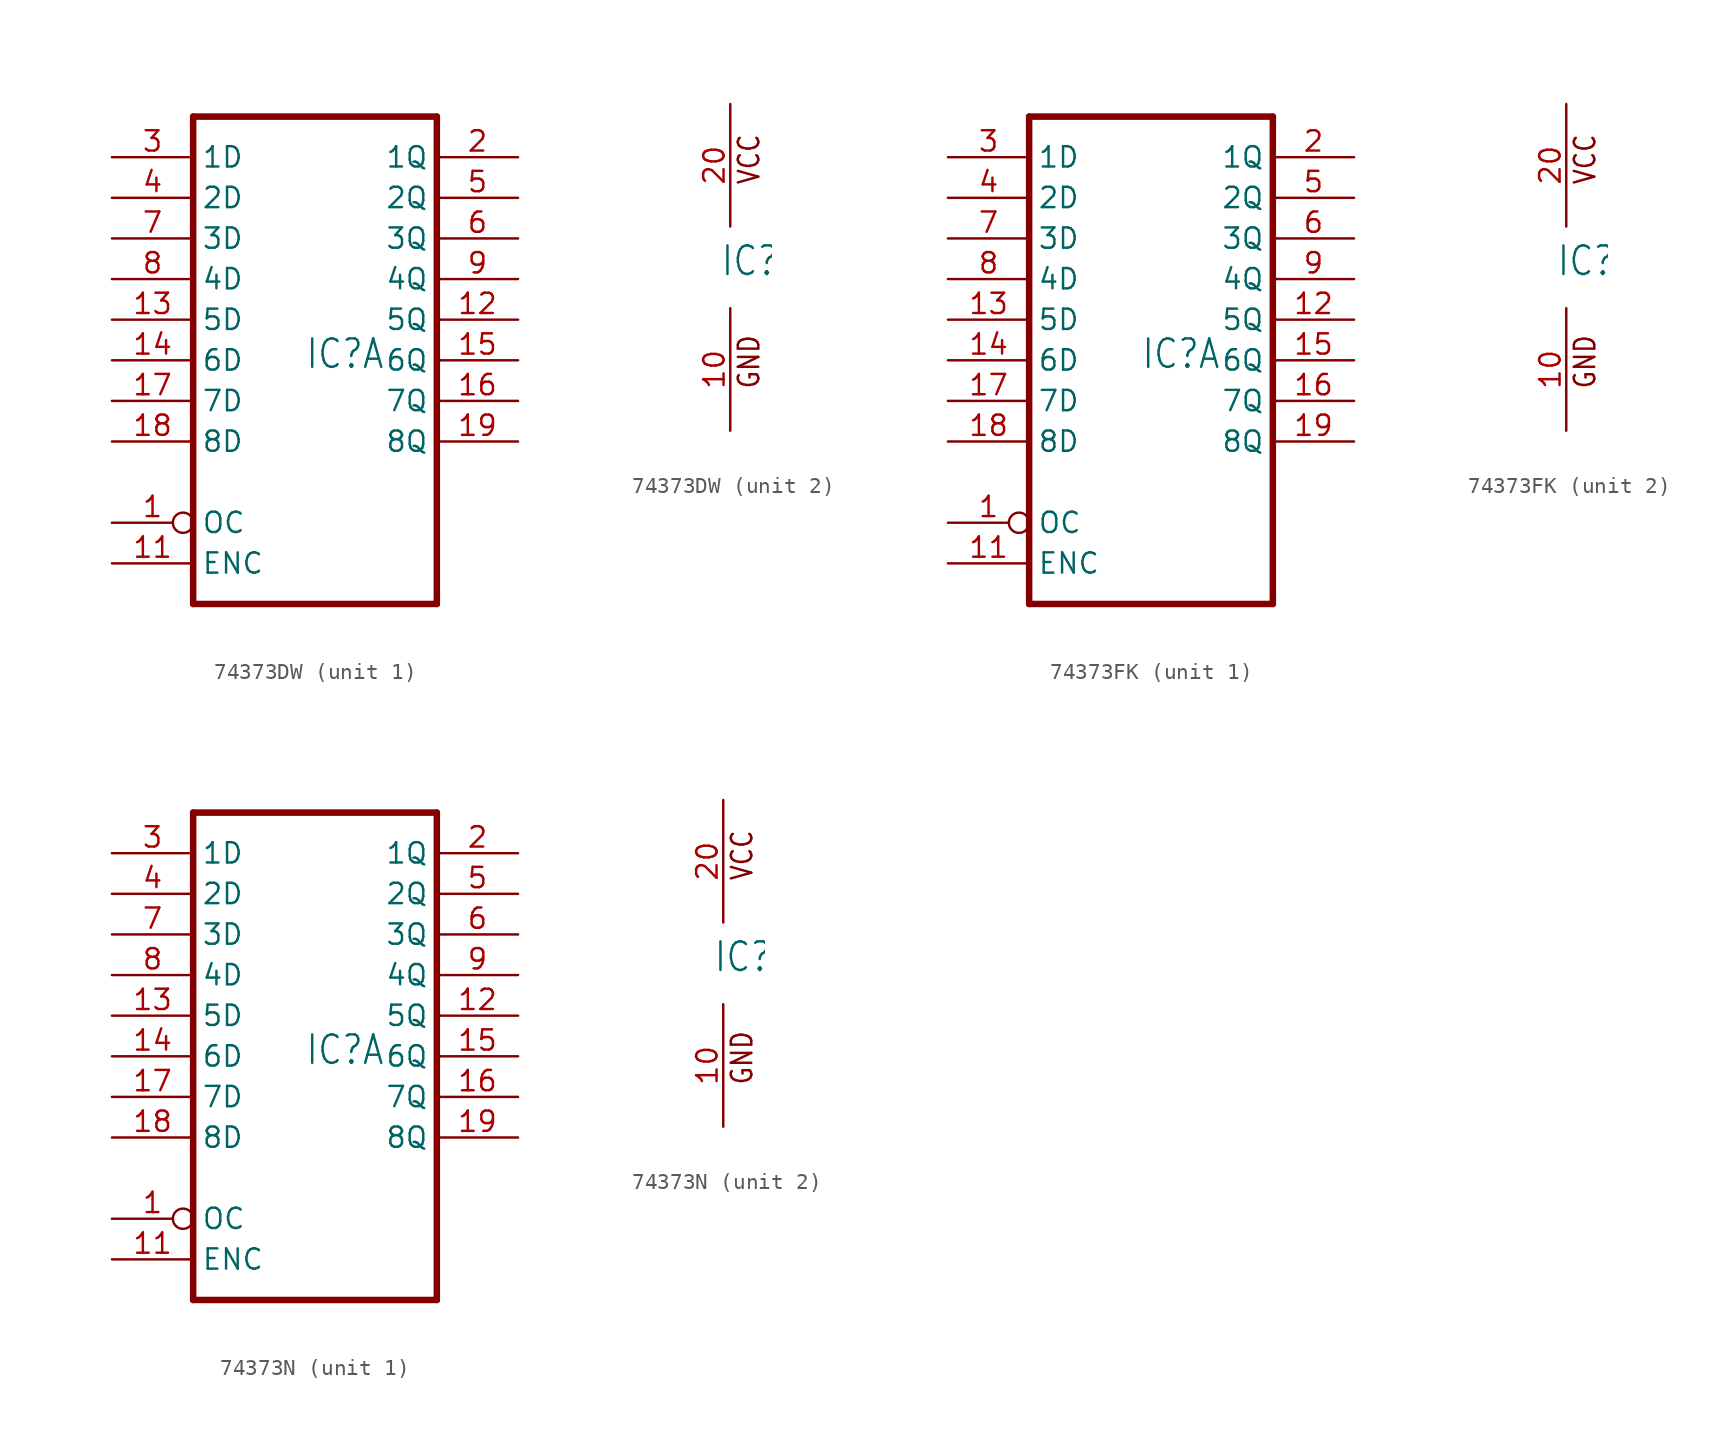
<source format=kicad_sym>
(kicad_symbol_lib
  (version 20211014)
  (generator kicad_symbol_editor)
  (symbol "74373DW"
    (property "Reference" "IC"
      (at -0.635 -0.635 0)
      (effects (font (size 1.778 1.511)) (justify left bottom)))
    (property "ki_locked" ""
      (at 0 0 0)
      (effects (font (size 1.27 1.27))))
    (symbol "74373DW_1_0"
      (polyline (pts (xy -7.62 -15.24) (xy 7.62 -15.24)) (stroke (width 0.406) (type default) (color 0 0 0 0)) (fill (type none)))
      (polyline (pts (xy -7.62 15.24) (xy -7.62 -15.24)) (stroke (width 0.406) (type default) (color 0 0 0 0)) (fill (type none)))
      (polyline (pts (xy 7.62 -15.24) (xy 7.62 15.24)) (stroke (width 0.406) (type default) (color 0 0 0 0)) (fill (type none)))
      (polyline (pts (xy 7.62 15.24) (xy -7.62 15.24)) (stroke (width 0.406) (type default) (color 0 0 0 0)) (fill (type none)))
      (pin input inverted (at -12.7 -10.16 0) (length 5.08) (name "OC" (effects (font (size 1.27 1.27)))) (number "1" (effects (font (size 1.27 1.27)))))
      (pin input line (at -12.7 -12.7 0) (length 5.08) (name "ENC" (effects (font (size 1.27 1.27)))) (number "11" (effects (font (size 1.27 1.27)))))
      (pin tri_state line (at 12.7 2.54 180) (length 5.08) (name "5Q" (effects (font (size 1.27 1.27)))) (number "12" (effects (font (size 1.27 1.27)))))
      (pin input line (at -12.7 2.54 0) (length 5.08) (name "5D" (effects (font (size 1.27 1.27)))) (number "13" (effects (font (size 1.27 1.27)))))
      (pin input line (at -12.7 0 0) (length 5.08) (name "6D" (effects (font (size 1.27 1.27)))) (number "14" (effects (font (size 1.27 1.27)))))
      (pin tri_state line (at 12.7 0 180) (length 5.08) (name "6Q" (effects (font (size 1.27 1.27)))) (number "15" (effects (font (size 1.27 1.27)))))
      (pin tri_state line (at 12.7 -2.54 180) (length 5.08) (name "7Q" (effects (font (size 1.27 1.27)))) (number "16" (effects (font (size 1.27 1.27)))))
      (pin input line (at -12.7 -2.54 0) (length 5.08) (name "7D" (effects (font (size 1.27 1.27)))) (number "17" (effects (font (size 1.27 1.27)))))
      (pin input line (at -12.7 -5.08 0) (length 5.08) (name "8D" (effects (font (size 1.27 1.27)))) (number "18" (effects (font (size 1.27 1.27)))))
      (pin tri_state line (at 12.7 -5.08 180) (length 5.08) (name "8Q" (effects (font (size 1.27 1.27)))) (number "19" (effects (font (size 1.27 1.27)))))
      (pin tri_state line (at 12.7 12.7 180) (length 5.08) (name "1Q" (effects (font (size 1.27 1.27)))) (number "2" (effects (font (size 1.27 1.27)))))
      (pin input line (at -12.7 12.7 0) (length 5.08) (name "1D" (effects (font (size 1.27 1.27)))) (number "3" (effects (font (size 1.27 1.27)))))
      (pin input line (at -12.7 10.16 0) (length 5.08) (name "2D" (effects (font (size 1.27 1.27)))) (number "4" (effects (font (size 1.27 1.27)))))
      (pin tri_state line (at 12.7 10.16 180) (length 5.08) (name "2Q" (effects (font (size 1.27 1.27)))) (number "5" (effects (font (size 1.27 1.27)))))
      (pin tri_state line (at 12.7 7.62 180) (length 5.08) (name "3Q" (effects (font (size 1.27 1.27)))) (number "6" (effects (font (size 1.27 1.27)))))
      (pin input line (at -12.7 7.62 0) (length 5.08) (name "3D" (effects (font (size 1.27 1.27)))) (number "7" (effects (font (size 1.27 1.27)))))
      (pin input line (at -12.7 5.08 0) (length 5.08) (name "4D" (effects (font (size 1.27 1.27)))) (number "8" (effects (font (size 1.27 1.27)))))
      (pin tri_state line (at 12.7 5.08 180) (length 5.08) (name "4Q" (effects (font (size 1.27 1.27)))) (number "9" (effects (font (size 1.27 1.27))))))
    (symbol "74373DW_2_0"
      (text "GND" (at 1.905 -7.62 900) (effects (font (size 1.27 1.079)) (justify left bottom)))
      (text "VCC" (at 1.905 5.08 900) (effects (font (size 1.27 1.079)) (justify left bottom)))
      (pin power_in line (at 0 -10.16 90) (length 7.62) (name "GND" (effects (font (size 0 0)))) (number "10" (effects (font (size 1.27 1.27)))))
      (pin power_in line (at 0 10.16 270) (length 7.62) (name "VCC" (effects (font (size 0 0)))) (number "20" (effects (font (size 1.27 1.27)))))))
  (symbol "74373FK"
    (property "Reference" "IC"
      (at -0.635 -0.635 0)
      (effects (font (size 1.778 1.511)) (justify left bottom)))
    (property "ki_locked" ""
      (at 0 0 0)
      (effects (font (size 1.27 1.27))))
    (symbol "74373FK_1_0"
      (polyline (pts (xy -7.62 -15.24) (xy 7.62 -15.24)) (stroke (width 0.406) (type default) (color 0 0 0 0)) (fill (type none)))
      (polyline (pts (xy -7.62 15.24) (xy -7.62 -15.24)) (stroke (width 0.406) (type default) (color 0 0 0 0)) (fill (type none)))
      (polyline (pts (xy 7.62 -15.24) (xy 7.62 15.24)) (stroke (width 0.406) (type default) (color 0 0 0 0)) (fill (type none)))
      (polyline (pts (xy 7.62 15.24) (xy -7.62 15.24)) (stroke (width 0.406) (type default) (color 0 0 0 0)) (fill (type none)))
      (pin input inverted (at -12.7 -10.16 0) (length 5.08) (name "OC" (effects (font (size 1.27 1.27)))) (number "1" (effects (font (size 1.27 1.27)))))
      (pin input line (at -12.7 -12.7 0) (length 5.08) (name "ENC" (effects (font (size 1.27 1.27)))) (number "11" (effects (font (size 1.27 1.27)))))
      (pin tri_state line (at 12.7 2.54 180) (length 5.08) (name "5Q" (effects (font (size 1.27 1.27)))) (number "12" (effects (font (size 1.27 1.27)))))
      (pin input line (at -12.7 2.54 0) (length 5.08) (name "5D" (effects (font (size 1.27 1.27)))) (number "13" (effects (font (size 1.27 1.27)))))
      (pin input line (at -12.7 0 0) (length 5.08) (name "6D" (effects (font (size 1.27 1.27)))) (number "14" (effects (font (size 1.27 1.27)))))
      (pin tri_state line (at 12.7 0 180) (length 5.08) (name "6Q" (effects (font (size 1.27 1.27)))) (number "15" (effects (font (size 1.27 1.27)))))
      (pin tri_state line (at 12.7 -2.54 180) (length 5.08) (name "7Q" (effects (font (size 1.27 1.27)))) (number "16" (effects (font (size 1.27 1.27)))))
      (pin input line (at -12.7 -2.54 0) (length 5.08) (name "7D" (effects (font (size 1.27 1.27)))) (number "17" (effects (font (size 1.27 1.27)))))
      (pin input line (at -12.7 -5.08 0) (length 5.08) (name "8D" (effects (font (size 1.27 1.27)))) (number "18" (effects (font (size 1.27 1.27)))))
      (pin tri_state line (at 12.7 -5.08 180) (length 5.08) (name "8Q" (effects (font (size 1.27 1.27)))) (number "19" (effects (font (size 1.27 1.27)))))
      (pin tri_state line (at 12.7 12.7 180) (length 5.08) (name "1Q" (effects (font (size 1.27 1.27)))) (number "2" (effects (font (size 1.27 1.27)))))
      (pin input line (at -12.7 12.7 0) (length 5.08) (name "1D" (effects (font (size 1.27 1.27)))) (number "3" (effects (font (size 1.27 1.27)))))
      (pin input line (at -12.7 10.16 0) (length 5.08) (name "2D" (effects (font (size 1.27 1.27)))) (number "4" (effects (font (size 1.27 1.27)))))
      (pin tri_state line (at 12.7 10.16 180) (length 5.08) (name "2Q" (effects (font (size 1.27 1.27)))) (number "5" (effects (font (size 1.27 1.27)))))
      (pin tri_state line (at 12.7 7.62 180) (length 5.08) (name "3Q" (effects (font (size 1.27 1.27)))) (number "6" (effects (font (size 1.27 1.27)))))
      (pin input line (at -12.7 7.62 0) (length 5.08) (name "3D" (effects (font (size 1.27 1.27)))) (number "7" (effects (font (size 1.27 1.27)))))
      (pin input line (at -12.7 5.08 0) (length 5.08) (name "4D" (effects (font (size 1.27 1.27)))) (number "8" (effects (font (size 1.27 1.27)))))
      (pin tri_state line (at 12.7 5.08 180) (length 5.08) (name "4Q" (effects (font (size 1.27 1.27)))) (number "9" (effects (font (size 1.27 1.27))))))
    (symbol "74373FK_2_0"
      (text "GND" (at 1.905 -7.62 900) (effects (font (size 1.27 1.079)) (justify left bottom)))
      (text "VCC" (at 1.905 5.08 900) (effects (font (size 1.27 1.079)) (justify left bottom)))
      (pin power_in line (at 0 -10.16 90) (length 7.62) (name "GND" (effects (font (size 0 0)))) (number "10" (effects (font (size 1.27 1.27)))))
      (pin power_in line (at 0 10.16 270) (length 7.62) (name "VCC" (effects (font (size 0 0)))) (number "20" (effects (font (size 1.27 1.27)))))))
  (symbol "74373N"
    (property "Reference" "IC"
      (at -0.635 -0.635 0)
      (effects (font (size 1.778 1.511)) (justify left bottom)))
    (property "ki_locked" ""
      (at 0 0 0)
      (effects (font (size 1.27 1.27))))
    (symbol "74373N_1_0"
      (polyline (pts (xy -7.62 -15.24) (xy 7.62 -15.24)) (stroke (width 0.406) (type default) (color 0 0 0 0)) (fill (type none)))
      (polyline (pts (xy -7.62 15.24) (xy -7.62 -15.24)) (stroke (width 0.406) (type default) (color 0 0 0 0)) (fill (type none)))
      (polyline (pts (xy 7.62 -15.24) (xy 7.62 15.24)) (stroke (width 0.406) (type default) (color 0 0 0 0)) (fill (type none)))
      (polyline (pts (xy 7.62 15.24) (xy -7.62 15.24)) (stroke (width 0.406) (type default) (color 0 0 0 0)) (fill (type none)))
      (pin input inverted (at -12.7 -10.16 0) (length 5.08) (name "OC" (effects (font (size 1.27 1.27)))) (number "1" (effects (font (size 1.27 1.27)))))
      (pin input line (at -12.7 -12.7 0) (length 5.08) (name "ENC" (effects (font (size 1.27 1.27)))) (number "11" (effects (font (size 1.27 1.27)))))
      (pin tri_state line (at 12.7 2.54 180) (length 5.08) (name "5Q" (effects (font (size 1.27 1.27)))) (number "12" (effects (font (size 1.27 1.27)))))
      (pin input line (at -12.7 2.54 0) (length 5.08) (name "5D" (effects (font (size 1.27 1.27)))) (number "13" (effects (font (size 1.27 1.27)))))
      (pin input line (at -12.7 0 0) (length 5.08) (name "6D" (effects (font (size 1.27 1.27)))) (number "14" (effects (font (size 1.27 1.27)))))
      (pin tri_state line (at 12.7 0 180) (length 5.08) (name "6Q" (effects (font (size 1.27 1.27)))) (number "15" (effects (font (size 1.27 1.27)))))
      (pin tri_state line (at 12.7 -2.54 180) (length 5.08) (name "7Q" (effects (font (size 1.27 1.27)))) (number "16" (effects (font (size 1.27 1.27)))))
      (pin input line (at -12.7 -2.54 0) (length 5.08) (name "7D" (effects (font (size 1.27 1.27)))) (number "17" (effects (font (size 1.27 1.27)))))
      (pin input line (at -12.7 -5.08 0) (length 5.08) (name "8D" (effects (font (size 1.27 1.27)))) (number "18" (effects (font (size 1.27 1.27)))))
      (pin tri_state line (at 12.7 -5.08 180) (length 5.08) (name "8Q" (effects (font (size 1.27 1.27)))) (number "19" (effects (font (size 1.27 1.27)))))
      (pin tri_state line (at 12.7 12.7 180) (length 5.08) (name "1Q" (effects (font (size 1.27 1.27)))) (number "2" (effects (font (size 1.27 1.27)))))
      (pin input line (at -12.7 12.7 0) (length 5.08) (name "1D" (effects (font (size 1.27 1.27)))) (number "3" (effects (font (size 1.27 1.27)))))
      (pin input line (at -12.7 10.16 0) (length 5.08) (name "2D" (effects (font (size 1.27 1.27)))) (number "4" (effects (font (size 1.27 1.27)))))
      (pin tri_state line (at 12.7 10.16 180) (length 5.08) (name "2Q" (effects (font (size 1.27 1.27)))) (number "5" (effects (font (size 1.27 1.27)))))
      (pin tri_state line (at 12.7 7.62 180) (length 5.08) (name "3Q" (effects (font (size 1.27 1.27)))) (number "6" (effects (font (size 1.27 1.27)))))
      (pin input line (at -12.7 7.62 0) (length 5.08) (name "3D" (effects (font (size 1.27 1.27)))) (number "7" (effects (font (size 1.27 1.27)))))
      (pin input line (at -12.7 5.08 0) (length 5.08) (name "4D" (effects (font (size 1.27 1.27)))) (number "8" (effects (font (size 1.27 1.27)))))
      (pin tri_state line (at 12.7 5.08 180) (length 5.08) (name "4Q" (effects (font (size 1.27 1.27)))) (number "9" (effects (font (size 1.27 1.27))))))
    (symbol "74373N_2_0"
      (text "GND" (at 1.905 -7.62 900) (effects (font (size 1.27 1.079)) (justify left bottom)))
      (text "VCC" (at 1.905 5.08 900) (effects (font (size 1.27 1.079)) (justify left bottom)))
      (pin power_in line (at 0 -10.16 90) (length 7.62) (name "GND" (effects (font (size 0 0)))) (number "10" (effects (font (size 1.27 1.27)))))
      (pin power_in line (at 0 10.16 270) (length 7.62) (name "VCC" (effects (font (size 0 0)))) (number "20" (effects (font (size 1.27 1.27))))))))
</source>
